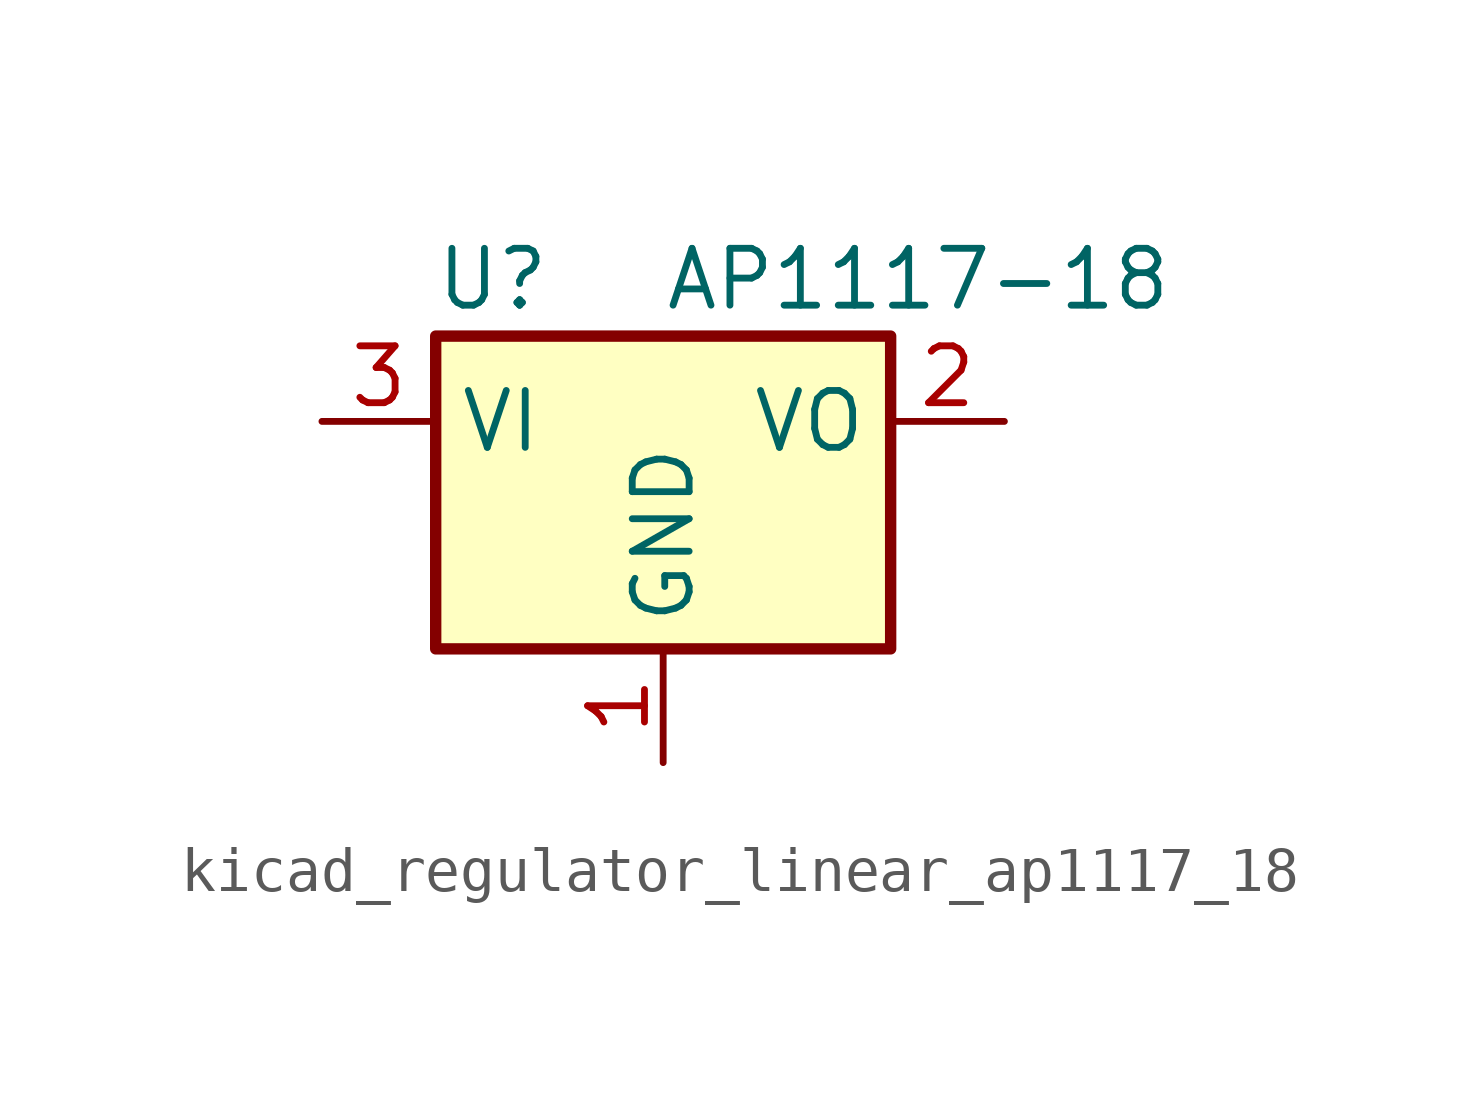
<source format=kicad_sym>
(kicad_symbol_lib
  (version 20220914)
  (generator kicad_symbol_editor)
  (symbol "kicad_regulator_linear_ap1117_18"
    (property "Reference" "U"
      (at -3.81 3.175 0)
      (effects (font (size 1.27 1.27))))
    (property "Value" "AP1117-18"
      (at 0 3.175 0)
      (effects (font (size 1.27 1.27)) (justify left)))
    (symbol "kicad_regulator_linear_ap1117_18_0_1"
      (rectangle (start -5.08 -5.08) (end 5.08 1.905) (stroke (width 0.254) (type default)) (fill (type background))))
    (symbol "kicad_regulator_linear_ap1117_18_1_1"
      (pin power_in line (at 0 -7.62 90) (length 2.54) (name "GND" (effects (font (size 1.27 1.27)))) (number "1" (effects (font (size 1.27 1.27)))))
      (pin power_out line (at 7.62 0 180) (length 2.54) (name "VO" (effects (font (size 1.27 1.27)))) (number "2" (effects (font (size 1.27 1.27)))))
      (pin power_in line (at -7.62 0 0) (length 2.54) (name "VI" (effects (font (size 1.27 1.27)))) (number "3" (effects (font (size 1.27 1.27))))))))
</source>
